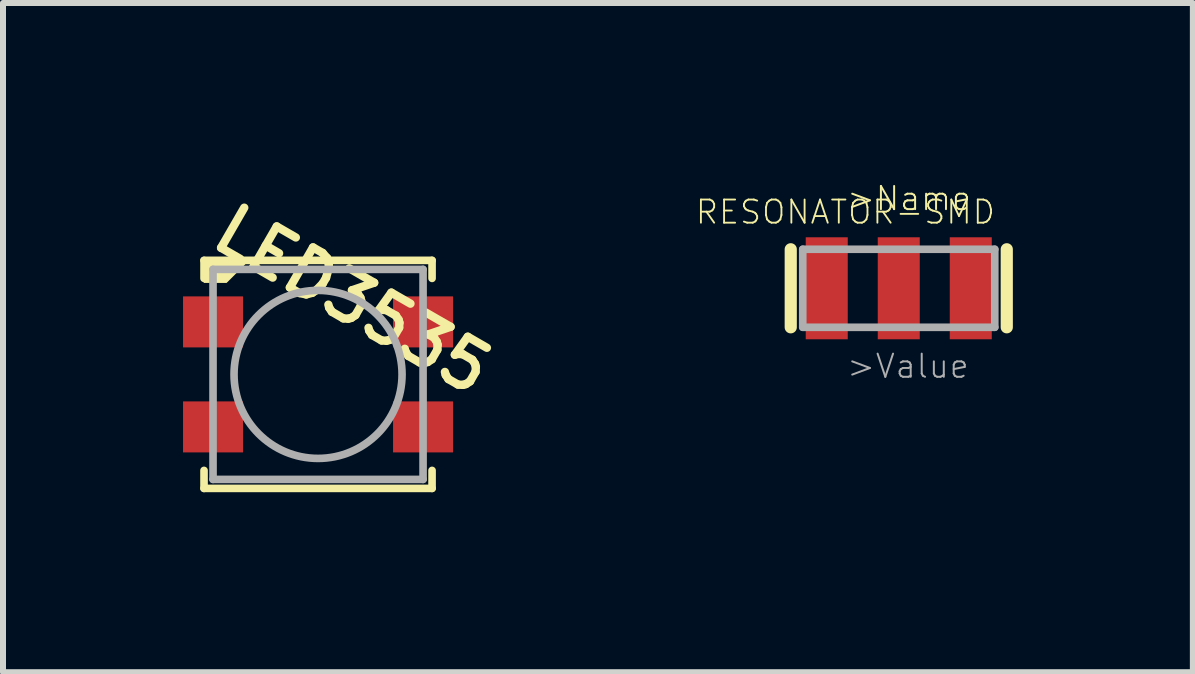
<source format=kicad_pcb>
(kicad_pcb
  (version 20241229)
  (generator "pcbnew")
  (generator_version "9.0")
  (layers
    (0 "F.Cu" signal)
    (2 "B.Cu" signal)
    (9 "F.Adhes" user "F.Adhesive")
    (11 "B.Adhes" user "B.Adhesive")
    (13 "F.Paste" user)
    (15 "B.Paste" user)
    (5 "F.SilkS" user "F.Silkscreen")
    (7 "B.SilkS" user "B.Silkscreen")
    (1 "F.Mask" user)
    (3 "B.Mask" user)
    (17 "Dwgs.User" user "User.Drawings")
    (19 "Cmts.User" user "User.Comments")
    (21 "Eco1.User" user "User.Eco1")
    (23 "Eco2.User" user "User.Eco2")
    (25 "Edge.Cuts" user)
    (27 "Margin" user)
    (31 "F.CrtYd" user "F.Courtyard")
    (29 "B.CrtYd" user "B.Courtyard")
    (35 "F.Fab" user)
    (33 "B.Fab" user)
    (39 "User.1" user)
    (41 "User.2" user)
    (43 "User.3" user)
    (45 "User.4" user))
  (footprint "LED3535"
    (layer "F.Cu")
    (at 2.25 3.189)
    (property "Reference" "LED3535" (at -1.905 -2.159 150) (layer "F.SilkS") (effects (font (size 0.772 0.772) (thickness 0.139)) (justify left bottom)))
    (attr through_hole)
    (fp_line (start -1.9 -1.9) (end 1.9 -1.9) (stroke (width 0.127) (type solid)) (layer "F.SilkS"))
    (fp_line (start -1.9 -1.6) (end -1.9 -1.9) (stroke (width 0.127) (type solid)) (layer "F.SilkS"))
    (fp_line (start -1.9 1.6) (end -1.9 1.9) (stroke (width 0.127) (type solid)) (layer "F.SilkS"))
    (fp_line (start -1.9 1.9) (end 1.9 1.9) (stroke (width 0.127) (type solid)) (layer "F.SilkS"))
    (fp_line (start 1.9 -1.9) (end 1.9 -1.6) (stroke (width 0.127) (type solid)) (layer "F.SilkS"))
    (fp_line (start 1.9 1.9) (end 1.9 1.6) (stroke (width 0.127) (type solid)) (layer "F.SilkS"))
    (fp_poly (pts (xy -1.905 -1.905) (xy -1.905 -1.524) (xy -1.524 -1.524) (xy -1.143 -1.905)) (stroke (width 0) (type solid)) (fill yes) (layer "F.SilkS"))
    (fp_line (start -1.75 -1.75) (end 1.75 -1.75) (stroke (width 0.127) (type solid)) (layer "F.Fab"))
    (fp_line (start -1.75 1.75) (end -1.75 -1.75) (stroke (width 0.127) (type solid)) (layer "F.Fab"))
    (fp_line (start 1.75 -1.75) (end 1.75 1.75) (stroke (width 0.127) (type solid)) (layer "F.Fab"))
    (fp_line (start 1.75 1.75) (end -1.75 1.75) (stroke (width 0.127) (type solid)) (layer "F.Fab"))
    (fp_circle (center 0 0) (end 1.4 0) (stroke (width 0.127) (type solid)) (fill no) (layer "F.Fab"))
    (pad "1" smd rect (at -1.75 -0.875 90) (size 0.85 1) (layers "F.Cu" "F.Mask" "F.Paste"))
    (pad "2" smd rect (at -1.75 0.875 90) (size 0.85 1) (layers "F.Cu" "F.Mask" "F.Paste"))
    (pad "3" smd rect (at 1.75 0.875 90) (size 0.85 1) (layers "F.Cu" "F.Mask" "F.Paste"))
    (pad "4" smd rect (at 1.75 -0.875 90) (size 0.85 1) (layers "F.Cu" "F.Mask" "F.Paste")))
  (footprint "RESONATOR-SMD"
    (layer "F.Cu")
    (at 11.927 1.754)
    (property "Reference" "RESONATOR-SMD" (at -0.889 -1.27 0) (layer "F.SilkS") (effects (font (size 0.386 0.386) (thickness 0.031))))
    (attr through_hole)
    (fp_line (start -1.8 0.65) (end -1.8 -0.65) (stroke (width 0.203) (type solid)) (layer "F.SilkS"))
    (fp_line (start 1.8 -0.65) (end 1.8 0.65) (stroke (width 0.203) (type solid)) (layer "F.SilkS"))
    (fp_line (start -1.6 -0.65) (end 1.6 -0.65) (stroke (width 0.127) (type solid)) (layer "F.Fab"))
    (fp_line (start -1.6 0.65) (end -1.6 -0.65) (stroke (width 0.127) (type solid)) (layer "F.Fab"))
    (fp_line (start 1.6 -0.65) (end 1.6 0.65) (stroke (width 0.127) (type solid)) (layer "F.Fab"))
    (fp_line (start 1.6 0.65) (end -1.6 0.65) (stroke (width 0.127) (type solid)) (layer "F.Fab"))
    (fp_text user ">Name" (at -0.889 -1.27 0) (layer "F.SilkS") (effects (font (size 0.386 0.386) (thickness 0.033)) (justify left bottom)))
    (fp_text user ">Value" (at -0.889 1.524 0) (layer "F.Fab") (effects (font (size 0.386 0.386) (thickness 0.033)) (justify left bottom)))
    (pad "1" smd rect (at -1.2 0) (size 0.7 1.7) (layers "F.Cu" "F.Mask" "F.Paste"))
    (pad "2" smd rect (at 0 0) (size 0.7 1.7) (layers "F.Cu" "F.Mask" "F.Paste"))
    (pad "3" smd rect (at 1.2 0) (size 0.7 1.7) (layers "F.Cu" "F.Mask" "F.Paste")))
  (gr_rect
    (start -3 -3)
    (end 16.828 8.152)
    (stroke (width 0.1) (type default))
    (fill no)
    (layer "Edge.Cuts")))
</source>
